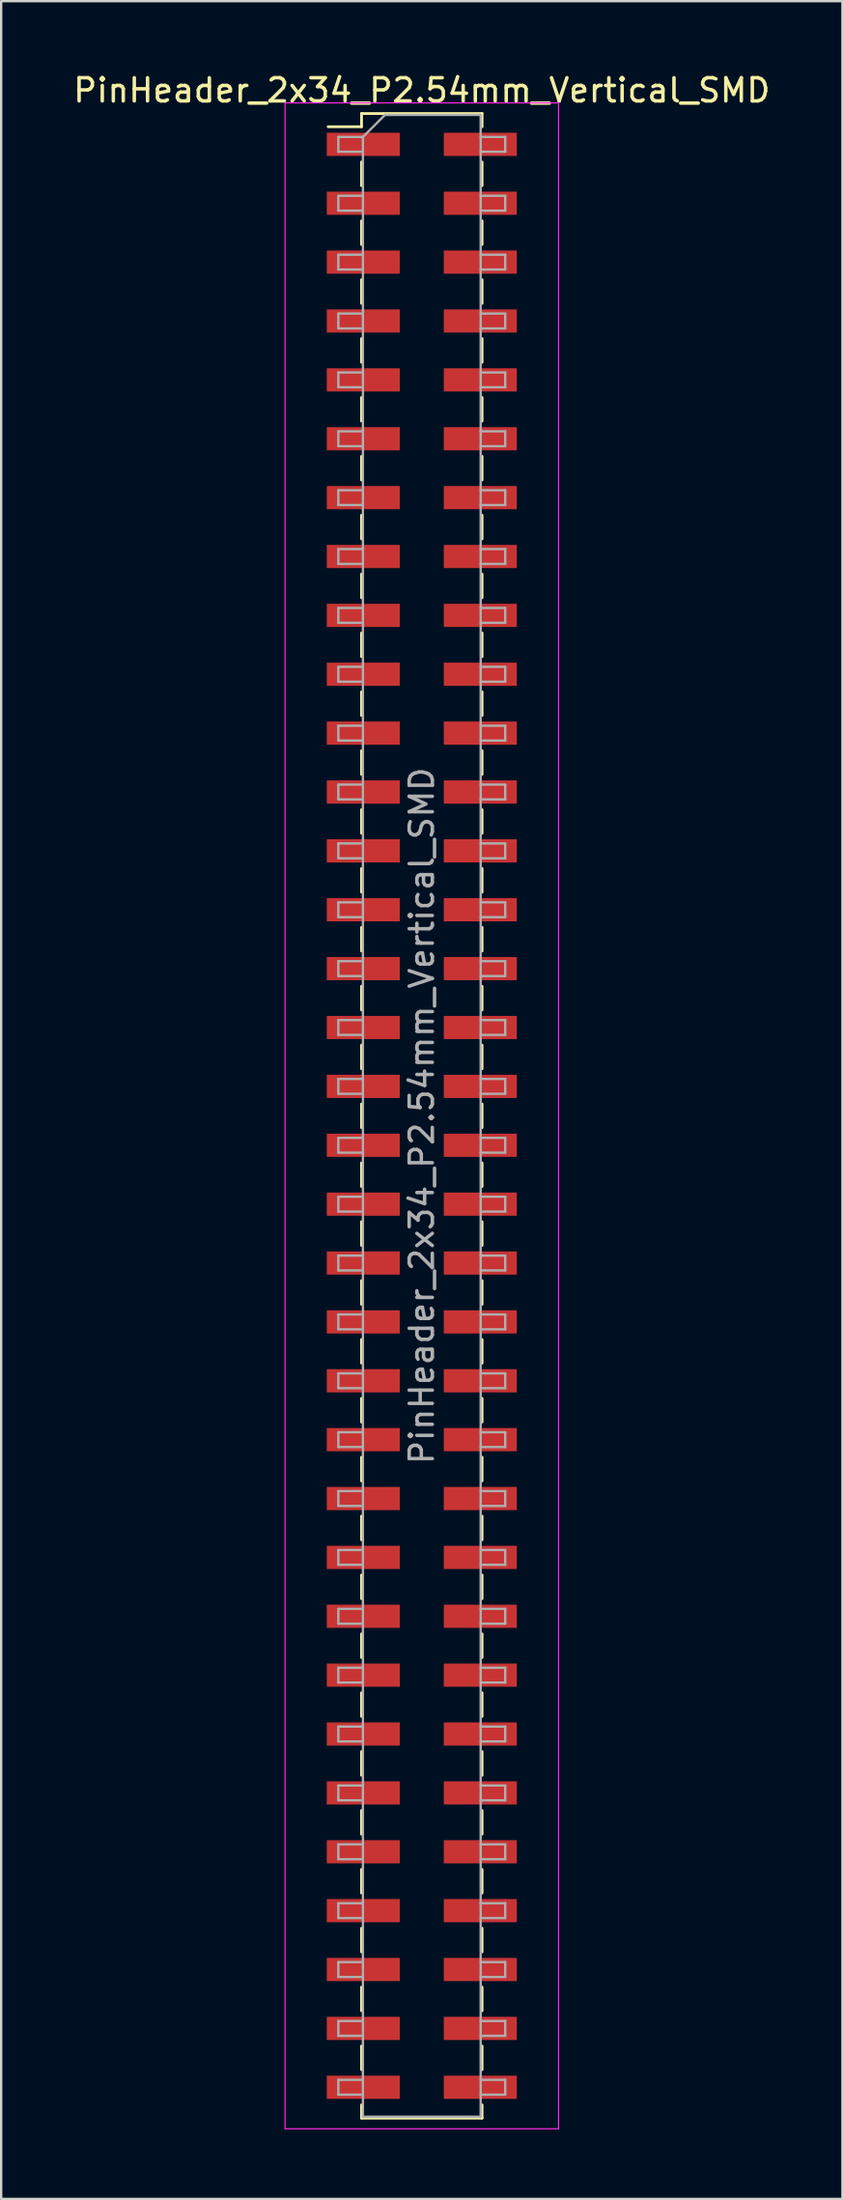
<source format=kicad_pcb>
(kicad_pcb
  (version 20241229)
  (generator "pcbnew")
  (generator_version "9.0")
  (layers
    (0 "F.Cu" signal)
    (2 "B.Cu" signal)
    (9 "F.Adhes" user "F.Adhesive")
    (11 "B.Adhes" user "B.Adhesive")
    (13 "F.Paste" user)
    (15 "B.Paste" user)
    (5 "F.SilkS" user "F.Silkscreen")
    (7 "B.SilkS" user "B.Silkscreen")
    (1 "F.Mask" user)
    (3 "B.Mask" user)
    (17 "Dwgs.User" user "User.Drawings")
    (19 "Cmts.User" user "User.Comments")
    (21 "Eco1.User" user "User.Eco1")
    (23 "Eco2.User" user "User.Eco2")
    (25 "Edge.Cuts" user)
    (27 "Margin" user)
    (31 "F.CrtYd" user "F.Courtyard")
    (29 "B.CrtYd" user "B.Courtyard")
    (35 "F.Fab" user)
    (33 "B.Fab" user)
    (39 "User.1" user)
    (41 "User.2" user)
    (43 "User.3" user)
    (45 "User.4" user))
  (footprint "PinHeader_2x34_P2.54mm_Vertical_SMD"
    (layer "F.Cu")
    (at 15.149 45.088)
    (property "Reference" "PinHeader_2x34_P2.54mm_Vertical_SMD" (at 0 -44.24 0) (layer "F.SilkS") (effects (font (size 1 1) (thickness 0.15))))
    (attr smd)
    (fp_line (start -4.04 -42.67) (end -2.6 -42.67) (stroke (width 0.12) (type solid)) (layer "F.SilkS"))
    (fp_line (start -2.6 -43.24) (end -2.6 -42.67) (stroke (width 0.12) (type solid)) (layer "F.SilkS"))
    (fp_line (start -2.6 -43.24) (end 2.6 -43.24) (stroke (width 0.12) (type solid)) (layer "F.SilkS"))
    (fp_line (start -2.6 -41.15) (end -2.6 -40.13) (stroke (width 0.12) (type solid)) (layer "F.SilkS"))
    (fp_line (start -2.6 -38.61) (end -2.6 -37.59) (stroke (width 0.12) (type solid)) (layer "F.SilkS"))
    (fp_line (start -2.6 -36.07) (end -2.6 -35.05) (stroke (width 0.12) (type solid)) (layer "F.SilkS"))
    (fp_line (start -2.6 -33.53) (end -2.6 -32.51) (stroke (width 0.12) (type solid)) (layer "F.SilkS"))
    (fp_line (start -2.6 -30.99) (end -2.6 -29.97) (stroke (width 0.12) (type solid)) (layer "F.SilkS"))
    (fp_line (start -2.6 -28.45) (end -2.6 -27.43) (stroke (width 0.12) (type solid)) (layer "F.SilkS"))
    (fp_line (start -2.6 -25.91) (end -2.6 -24.89) (stroke (width 0.12) (type solid)) (layer "F.SilkS"))
    (fp_line (start -2.6 -23.37) (end -2.6 -22.35) (stroke (width 0.12) (type solid)) (layer "F.SilkS"))
    (fp_line (start -2.6 -20.83) (end -2.6 -19.81) (stroke (width 0.12) (type solid)) (layer "F.SilkS"))
    (fp_line (start -2.6 -18.29) (end -2.6 -17.27) (stroke (width 0.12) (type solid)) (layer "F.SilkS"))
    (fp_line (start -2.6 -15.75) (end -2.6 -14.73) (stroke (width 0.12) (type solid)) (layer "F.SilkS"))
    (fp_line (start -2.6 -13.21) (end -2.6 -12.19) (stroke (width 0.12) (type solid)) (layer "F.SilkS"))
    (fp_line (start -2.6 -10.67) (end -2.6 -9.65) (stroke (width 0.12) (type solid)) (layer "F.SilkS"))
    (fp_line (start -2.6 -8.13) (end -2.6 -7.11) (stroke (width 0.12) (type solid)) (layer "F.SilkS"))
    (fp_line (start -2.6 -5.59) (end -2.6 -4.57) (stroke (width 0.12) (type solid)) (layer "F.SilkS"))
    (fp_line (start -2.6 -3.05) (end -2.6 -2.03) (stroke (width 0.12) (type solid)) (layer "F.SilkS"))
    (fp_line (start -2.6 -0.51) (end -2.6 0.51) (stroke (width 0.12) (type solid)) (layer "F.SilkS"))
    (fp_line (start -2.6 2.03) (end -2.6 3.05) (stroke (width 0.12) (type solid)) (layer "F.SilkS"))
    (fp_line (start -2.6 4.57) (end -2.6 5.59) (stroke (width 0.12) (type solid)) (layer "F.SilkS"))
    (fp_line (start -2.6 7.11) (end -2.6 8.13) (stroke (width 0.12) (type solid)) (layer "F.SilkS"))
    (fp_line (start -2.6 9.65) (end -2.6 10.67) (stroke (width 0.12) (type solid)) (layer "F.SilkS"))
    (fp_line (start -2.6 12.19) (end -2.6 13.21) (stroke (width 0.12) (type solid)) (layer "F.SilkS"))
    (fp_line (start -2.6 14.73) (end -2.6 15.75) (stroke (width 0.12) (type solid)) (layer "F.SilkS"))
    (fp_line (start -2.6 17.27) (end -2.6 18.29) (stroke (width 0.12) (type solid)) (layer "F.SilkS"))
    (fp_line (start -2.6 19.81) (end -2.6 20.83) (stroke (width 0.12) (type solid)) (layer "F.SilkS"))
    (fp_line (start -2.6 22.35) (end -2.6 23.37) (stroke (width 0.12) (type solid)) (layer "F.SilkS"))
    (fp_line (start -2.6 24.89) (end -2.6 25.91) (stroke (width 0.12) (type solid)) (layer "F.SilkS"))
    (fp_line (start -2.6 27.43) (end -2.6 28.45) (stroke (width 0.12) (type solid)) (layer "F.SilkS"))
    (fp_line (start -2.6 29.97) (end -2.6 30.99) (stroke (width 0.12) (type solid)) (layer "F.SilkS"))
    (fp_line (start -2.6 32.51) (end -2.6 33.53) (stroke (width 0.12) (type solid)) (layer "F.SilkS"))
    (fp_line (start -2.6 35.05) (end -2.6 36.07) (stroke (width 0.12) (type solid)) (layer "F.SilkS"))
    (fp_line (start -2.6 37.59) (end -2.6 38.61) (stroke (width 0.12) (type solid)) (layer "F.SilkS"))
    (fp_line (start -2.6 40.13) (end -2.6 41.15) (stroke (width 0.12) (type solid)) (layer "F.SilkS"))
    (fp_line (start -2.6 42.67) (end -2.6 43.24) (stroke (width 0.12) (type solid)) (layer "F.SilkS"))
    (fp_line (start -2.6 43.24) (end 2.6 43.24) (stroke (width 0.12) (type solid)) (layer "F.SilkS"))
    (fp_line (start 2.6 -43.24) (end 2.6 -42.67) (stroke (width 0.12) (type solid)) (layer "F.SilkS"))
    (fp_line (start 2.6 -41.15) (end 2.6 -40.13) (stroke (width 0.12) (type solid)) (layer "F.SilkS"))
    (fp_line (start 2.6 -38.61) (end 2.6 -37.59) (stroke (width 0.12) (type solid)) (layer "F.SilkS"))
    (fp_line (start 2.6 -36.07) (end 2.6 -35.05) (stroke (width 0.12) (type solid)) (layer "F.SilkS"))
    (fp_line (start 2.6 -33.53) (end 2.6 -32.51) (stroke (width 0.12) (type solid)) (layer "F.SilkS"))
    (fp_line (start 2.6 -30.99) (end 2.6 -29.97) (stroke (width 0.12) (type solid)) (layer "F.SilkS"))
    (fp_line (start 2.6 -28.45) (end 2.6 -27.43) (stroke (width 0.12) (type solid)) (layer "F.SilkS"))
    (fp_line (start 2.6 -25.91) (end 2.6 -24.89) (stroke (width 0.12) (type solid)) (layer "F.SilkS"))
    (fp_line (start 2.6 -23.37) (end 2.6 -22.35) (stroke (width 0.12) (type solid)) (layer "F.SilkS"))
    (fp_line (start 2.6 -20.83) (end 2.6 -19.81) (stroke (width 0.12) (type solid)) (layer "F.SilkS"))
    (fp_line (start 2.6 -18.29) (end 2.6 -17.27) (stroke (width 0.12) (type solid)) (layer "F.SilkS"))
    (fp_line (start 2.6 -15.75) (end 2.6 -14.73) (stroke (width 0.12) (type solid)) (layer "F.SilkS"))
    (fp_line (start 2.6 -13.21) (end 2.6 -12.19) (stroke (width 0.12) (type solid)) (layer "F.SilkS"))
    (fp_line (start 2.6 -10.67) (end 2.6 -9.65) (stroke (width 0.12) (type solid)) (layer "F.SilkS"))
    (fp_line (start 2.6 -8.13) (end 2.6 -7.11) (stroke (width 0.12) (type solid)) (layer "F.SilkS"))
    (fp_line (start 2.6 -5.59) (end 2.6 -4.57) (stroke (width 0.12) (type solid)) (layer "F.SilkS"))
    (fp_line (start 2.6 -3.05) (end 2.6 -2.03) (stroke (width 0.12) (type solid)) (layer "F.SilkS"))
    (fp_line (start 2.6 -0.51) (end 2.6 0.51) (stroke (width 0.12) (type solid)) (layer "F.SilkS"))
    (fp_line (start 2.6 2.03) (end 2.6 3.05) (stroke (width 0.12) (type solid)) (layer "F.SilkS"))
    (fp_line (start 2.6 4.57) (end 2.6 5.59) (stroke (width 0.12) (type solid)) (layer "F.SilkS"))
    (fp_line (start 2.6 7.11) (end 2.6 8.13) (stroke (width 0.12) (type solid)) (layer "F.SilkS"))
    (fp_line (start 2.6 9.65) (end 2.6 10.67) (stroke (width 0.12) (type solid)) (layer "F.SilkS"))
    (fp_line (start 2.6 12.19) (end 2.6 13.21) (stroke (width 0.12) (type solid)) (layer "F.SilkS"))
    (fp_line (start 2.6 14.73) (end 2.6 15.75) (stroke (width 0.12) (type solid)) (layer "F.SilkS"))
    (fp_line (start 2.6 17.27) (end 2.6 18.29) (stroke (width 0.12) (type solid)) (layer "F.SilkS"))
    (fp_line (start 2.6 19.81) (end 2.6 20.83) (stroke (width 0.12) (type solid)) (layer "F.SilkS"))
    (fp_line (start 2.6 22.35) (end 2.6 23.37) (stroke (width 0.12) (type solid)) (layer "F.SilkS"))
    (fp_line (start 2.6 24.89) (end 2.6 25.91) (stroke (width 0.12) (type solid)) (layer "F.SilkS"))
    (fp_line (start 2.6 27.43) (end 2.6 28.45) (stroke (width 0.12) (type solid)) (layer "F.SilkS"))
    (fp_line (start 2.6 29.97) (end 2.6 30.99) (stroke (width 0.12) (type solid)) (layer "F.SilkS"))
    (fp_line (start 2.6 32.51) (end 2.6 33.53) (stroke (width 0.12) (type solid)) (layer "F.SilkS"))
    (fp_line (start 2.6 35.05) (end 2.6 36.07) (stroke (width 0.12) (type solid)) (layer "F.SilkS"))
    (fp_line (start 2.6 37.59) (end 2.6 38.61) (stroke (width 0.12) (type solid)) (layer "F.SilkS"))
    (fp_line (start 2.6 40.13) (end 2.6 41.15) (stroke (width 0.12) (type solid)) (layer "F.SilkS"))
    (fp_line (start 2.6 42.67) (end 2.6 43.24) (stroke (width 0.12) (type solid)) (layer "F.SilkS"))
    (fp_line (start -5.9 -43.7) (end -5.9 43.7) (stroke (width 0.05) (type solid)) (layer "F.CrtYd"))
    (fp_line (start -5.9 43.7) (end 5.9 43.7) (stroke (width 0.05) (type solid)) (layer "F.CrtYd"))
    (fp_line (start 5.9 -43.7) (end -5.9 -43.7) (stroke (width 0.05) (type solid)) (layer "F.CrtYd"))
    (fp_line (start 5.9 43.7) (end 5.9 -43.7) (stroke (width 0.05) (type solid)) (layer "F.CrtYd"))
    (fp_line (start -3.6 -42.23) (end -3.6 -41.59) (stroke (width 0.1) (type solid)) (layer "F.Fab"))
    (fp_line (start -3.6 -41.59) (end -2.54 -41.59) (stroke (width 0.1) (type solid)) (layer "F.Fab"))
    (fp_line (start -3.6 -39.69) (end -3.6 -39.05) (stroke (width 0.1) (type solid)) (layer "F.Fab"))
    (fp_line (start -3.6 -39.05) (end -2.54 -39.05) (stroke (width 0.1) (type solid)) (layer "F.Fab"))
    (fp_line (start -3.6 -37.15) (end -3.6 -36.51) (stroke (width 0.1) (type solid)) (layer "F.Fab"))
    (fp_line (start -3.6 -36.51) (end -2.54 -36.51) (stroke (width 0.1) (type solid)) (layer "F.Fab"))
    (fp_line (start -3.6 -34.61) (end -3.6 -33.97) (stroke (width 0.1) (type solid)) (layer "F.Fab"))
    (fp_line (start -3.6 -33.97) (end -2.54 -33.97) (stroke (width 0.1) (type solid)) (layer "F.Fab"))
    (fp_line (start -3.6 -32.07) (end -3.6 -31.43) (stroke (width 0.1) (type solid)) (layer "F.Fab"))
    (fp_line (start -3.6 -31.43) (end -2.54 -31.43) (stroke (width 0.1) (type solid)) (layer "F.Fab"))
    (fp_line (start -3.6 -29.53) (end -3.6 -28.89) (stroke (width 0.1) (type solid)) (layer "F.Fab"))
    (fp_line (start -3.6 -28.89) (end -2.54 -28.89) (stroke (width 0.1) (type solid)) (layer "F.Fab"))
    (fp_line (start -3.6 -26.99) (end -3.6 -26.35) (stroke (width 0.1) (type solid)) (layer "F.Fab"))
    (fp_line (start -3.6 -26.35) (end -2.54 -26.35) (stroke (width 0.1) (type solid)) (layer "F.Fab"))
    (fp_line (start -3.6 -24.45) (end -3.6 -23.81) (stroke (width 0.1) (type solid)) (layer "F.Fab"))
    (fp_line (start -3.6 -23.81) (end -2.54 -23.81) (stroke (width 0.1) (type solid)) (layer "F.Fab"))
    (fp_line (start -3.6 -21.91) (end -3.6 -21.27) (stroke (width 0.1) (type solid)) (layer "F.Fab"))
    (fp_line (start -3.6 -21.27) (end -2.54 -21.27) (stroke (width 0.1) (type solid)) (layer "F.Fab"))
    (fp_line (start -3.6 -19.37) (end -3.6 -18.73) (stroke (width 0.1) (type solid)) (layer "F.Fab"))
    (fp_line (start -3.6 -18.73) (end -2.54 -18.73) (stroke (width 0.1) (type solid)) (layer "F.Fab"))
    (fp_line (start -3.6 -16.83) (end -3.6 -16.19) (stroke (width 0.1) (type solid)) (layer "F.Fab"))
    (fp_line (start -3.6 -16.19) (end -2.54 -16.19) (stroke (width 0.1) (type solid)) (layer "F.Fab"))
    (fp_line (start -3.6 -14.29) (end -3.6 -13.65) (stroke (width 0.1) (type solid)) (layer "F.Fab"))
    (fp_line (start -3.6 -13.65) (end -2.54 -13.65) (stroke (width 0.1) (type solid)) (layer "F.Fab"))
    (fp_line (start -3.6 -11.75) (end -3.6 -11.11) (stroke (width 0.1) (type solid)) (layer "F.Fab"))
    (fp_line (start -3.6 -11.11) (end -2.54 -11.11) (stroke (width 0.1) (type solid)) (layer "F.Fab"))
    (fp_line (start -3.6 -9.21) (end -3.6 -8.57) (stroke (width 0.1) (type solid)) (layer "F.Fab"))
    (fp_line (start -3.6 -8.57) (end -2.54 -8.57) (stroke (width 0.1) (type solid)) (layer "F.Fab"))
    (fp_line (start -3.6 -6.67) (end -3.6 -6.03) (stroke (width 0.1) (type solid)) (layer "F.Fab"))
    (fp_line (start -3.6 -6.03) (end -2.54 -6.03) (stroke (width 0.1) (type solid)) (layer "F.Fab"))
    (fp_line (start -3.6 -4.13) (end -3.6 -3.49) (stroke (width 0.1) (type solid)) (layer "F.Fab"))
    (fp_line (start -3.6 -3.49) (end -2.54 -3.49) (stroke (width 0.1) (type solid)) (layer "F.Fab"))
    (fp_line (start -3.6 -1.59) (end -3.6 -0.95) (stroke (width 0.1) (type solid)) (layer "F.Fab"))
    (fp_line (start -3.6 -0.95) (end -2.54 -0.95) (stroke (width 0.1) (type solid)) (layer "F.Fab"))
    (fp_line (start -3.6 0.95) (end -3.6 1.59) (stroke (width 0.1) (type solid)) (layer "F.Fab"))
    (fp_line (start -3.6 1.59) (end -2.54 1.59) (stroke (width 0.1) (type solid)) (layer "F.Fab"))
    (fp_line (start -3.6 3.49) (end -3.6 4.13) (stroke (width 0.1) (type solid)) (layer "F.Fab"))
    (fp_line (start -3.6 4.13) (end -2.54 4.13) (stroke (width 0.1) (type solid)) (layer "F.Fab"))
    (fp_line (start -3.6 6.03) (end -3.6 6.67) (stroke (width 0.1) (type solid)) (layer "F.Fab"))
    (fp_line (start -3.6 6.67) (end -2.54 6.67) (stroke (width 0.1) (type solid)) (layer "F.Fab"))
    (fp_line (start -3.6 8.57) (end -3.6 9.21) (stroke (width 0.1) (type solid)) (layer "F.Fab"))
    (fp_line (start -3.6 9.21) (end -2.54 9.21) (stroke (width 0.1) (type solid)) (layer "F.Fab"))
    (fp_line (start -3.6 11.11) (end -3.6 11.75) (stroke (width 0.1) (type solid)) (layer "F.Fab"))
    (fp_line (start -3.6 11.75) (end -2.54 11.75) (stroke (width 0.1) (type solid)) (layer "F.Fab"))
    (fp_line (start -3.6 13.65) (end -3.6 14.29) (stroke (width 0.1) (type solid)) (layer "F.Fab"))
    (fp_line (start -3.6 14.29) (end -2.54 14.29) (stroke (width 0.1) (type solid)) (layer "F.Fab"))
    (fp_line (start -3.6 16.19) (end -3.6 16.83) (stroke (width 0.1) (type solid)) (layer "F.Fab"))
    (fp_line (start -3.6 16.83) (end -2.54 16.83) (stroke (width 0.1) (type solid)) (layer "F.Fab"))
    (fp_line (start -3.6 18.73) (end -3.6 19.37) (stroke (width 0.1) (type solid)) (layer "F.Fab"))
    (fp_line (start -3.6 19.37) (end -2.54 19.37) (stroke (width 0.1) (type solid)) (layer "F.Fab"))
    (fp_line (start -3.6 21.27) (end -3.6 21.91) (stroke (width 0.1) (type solid)) (layer "F.Fab"))
    (fp_line (start -3.6 21.91) (end -2.54 21.91) (stroke (width 0.1) (type solid)) (layer "F.Fab"))
    (fp_line (start -3.6 23.81) (end -3.6 24.45) (stroke (width 0.1) (type solid)) (layer "F.Fab"))
    (fp_line (start -3.6 24.45) (end -2.54 24.45) (stroke (width 0.1) (type solid)) (layer "F.Fab"))
    (fp_line (start -3.6 26.35) (end -3.6 26.99) (stroke (width 0.1) (type solid)) (layer "F.Fab"))
    (fp_line (start -3.6 26.99) (end -2.54 26.99) (stroke (width 0.1) (type solid)) (layer "F.Fab"))
    (fp_line (start -3.6 28.89) (end -3.6 29.53) (stroke (width 0.1) (type solid)) (layer "F.Fab"))
    (fp_line (start -3.6 29.53) (end -2.54 29.53) (stroke (width 0.1) (type solid)) (layer "F.Fab"))
    (fp_line (start -3.6 31.43) (end -3.6 32.07) (stroke (width 0.1) (type solid)) (layer "F.Fab"))
    (fp_line (start -3.6 32.07) (end -2.54 32.07) (stroke (width 0.1) (type solid)) (layer "F.Fab"))
    (fp_line (start -3.6 33.97) (end -3.6 34.61) (stroke (width 0.1) (type solid)) (layer "F.Fab"))
    (fp_line (start -3.6 34.61) (end -2.54 34.61) (stroke (width 0.1) (type solid)) (layer "F.Fab"))
    (fp_line (start -3.6 36.51) (end -3.6 37.15) (stroke (width 0.1) (type solid)) (layer "F.Fab"))
    (fp_line (start -3.6 37.15) (end -2.54 37.15) (stroke (width 0.1) (type solid)) (layer "F.Fab"))
    (fp_line (start -3.6 39.05) (end -3.6 39.69) (stroke (width 0.1) (type solid)) (layer "F.Fab"))
    (fp_line (start -3.6 39.69) (end -2.54 39.69) (stroke (width 0.1) (type solid)) (layer "F.Fab"))
    (fp_line (start -3.6 41.59) (end -3.6 42.23) (stroke (width 0.1) (type solid)) (layer "F.Fab"))
    (fp_line (start -3.6 42.23) (end -2.54 42.23) (stroke (width 0.1) (type solid)) (layer "F.Fab"))
    (fp_line (start -2.54 -42.23) (end -3.6 -42.23) (stroke (width 0.1) (type solid)) (layer "F.Fab"))
    (fp_line (start -2.54 -42.23) (end -1.59 -43.18) (stroke (width 0.1) (type solid)) (layer "F.Fab"))
    (fp_line (start -2.54 -39.69) (end -3.6 -39.69) (stroke (width 0.1) (type solid)) (layer "F.Fab"))
    (fp_line (start -2.54 -37.15) (end -3.6 -37.15) (stroke (width 0.1) (type solid)) (layer "F.Fab"))
    (fp_line (start -2.54 -34.61) (end -3.6 -34.61) (stroke (width 0.1) (type solid)) (layer "F.Fab"))
    (fp_line (start -2.54 -32.07) (end -3.6 -32.07) (stroke (width 0.1) (type solid)) (layer "F.Fab"))
    (fp_line (start -2.54 -29.53) (end -3.6 -29.53) (stroke (width 0.1) (type solid)) (layer "F.Fab"))
    (fp_line (start -2.54 -26.99) (end -3.6 -26.99) (stroke (width 0.1) (type solid)) (layer "F.Fab"))
    (fp_line (start -2.54 -24.45) (end -3.6 -24.45) (stroke (width 0.1) (type solid)) (layer "F.Fab"))
    (fp_line (start -2.54 -21.91) (end -3.6 -21.91) (stroke (width 0.1) (type solid)) (layer "F.Fab"))
    (fp_line (start -2.54 -19.37) (end -3.6 -19.37) (stroke (width 0.1) (type solid)) (layer "F.Fab"))
    (fp_line (start -2.54 -16.83) (end -3.6 -16.83) (stroke (width 0.1) (type solid)) (layer "F.Fab"))
    (fp_line (start -2.54 -14.29) (end -3.6 -14.29) (stroke (width 0.1) (type solid)) (layer "F.Fab"))
    (fp_line (start -2.54 -11.75) (end -3.6 -11.75) (stroke (width 0.1) (type solid)) (layer "F.Fab"))
    (fp_line (start -2.54 -9.21) (end -3.6 -9.21) (stroke (width 0.1) (type solid)) (layer "F.Fab"))
    (fp_line (start -2.54 -6.67) (end -3.6 -6.67) (stroke (width 0.1) (type solid)) (layer "F.Fab"))
    (fp_line (start -2.54 -4.13) (end -3.6 -4.13) (stroke (width 0.1) (type solid)) (layer "F.Fab"))
    (fp_line (start -2.54 -1.59) (end -3.6 -1.59) (stroke (width 0.1) (type solid)) (layer "F.Fab"))
    (fp_line (start -2.54 0.95) (end -3.6 0.95) (stroke (width 0.1) (type solid)) (layer "F.Fab"))
    (fp_line (start -2.54 3.49) (end -3.6 3.49) (stroke (width 0.1) (type solid)) (layer "F.Fab"))
    (fp_line (start -2.54 6.03) (end -3.6 6.03) (stroke (width 0.1) (type solid)) (layer "F.Fab"))
    (fp_line (start -2.54 8.57) (end -3.6 8.57) (stroke (width 0.1) (type solid)) (layer "F.Fab"))
    (fp_line (start -2.54 11.11) (end -3.6 11.11) (stroke (width 0.1) (type solid)) (layer "F.Fab"))
    (fp_line (start -2.54 13.65) (end -3.6 13.65) (stroke (width 0.1) (type solid)) (layer "F.Fab"))
    (fp_line (start -2.54 16.19) (end -3.6 16.19) (stroke (width 0.1) (type solid)) (layer "F.Fab"))
    (fp_line (start -2.54 18.73) (end -3.6 18.73) (stroke (width 0.1) (type solid)) (layer "F.Fab"))
    (fp_line (start -2.54 21.27) (end -3.6 21.27) (stroke (width 0.1) (type solid)) (layer "F.Fab"))
    (fp_line (start -2.54 23.81) (end -3.6 23.81) (stroke (width 0.1) (type solid)) (layer "F.Fab"))
    (fp_line (start -2.54 26.35) (end -3.6 26.35) (stroke (width 0.1) (type solid)) (layer "F.Fab"))
    (fp_line (start -2.54 28.89) (end -3.6 28.89) (stroke (width 0.1) (type solid)) (layer "F.Fab"))
    (fp_line (start -2.54 31.43) (end -3.6 31.43) (stroke (width 0.1) (type solid)) (layer "F.Fab"))
    (fp_line (start -2.54 33.97) (end -3.6 33.97) (stroke (width 0.1) (type solid)) (layer "F.Fab"))
    (fp_line (start -2.54 36.51) (end -3.6 36.51) (stroke (width 0.1) (type solid)) (layer "F.Fab"))
    (fp_line (start -2.54 39.05) (end -3.6 39.05) (stroke (width 0.1) (type solid)) (layer "F.Fab"))
    (fp_line (start -2.54 41.59) (end -3.6 41.59) (stroke (width 0.1) (type solid)) (layer "F.Fab"))
    (fp_line (start -2.54 43.18) (end -2.54 -42.23) (stroke (width 0.1) (type solid)) (layer "F.Fab"))
    (fp_line (start -1.59 -43.18) (end 2.54 -43.18) (stroke (width 0.1) (type solid)) (layer "F.Fab"))
    (fp_line (start 2.54 -43.18) (end 2.54 43.18) (stroke (width 0.1) (type solid)) (layer "F.Fab"))
    (fp_line (start 2.54 -42.23) (end 3.6 -42.23) (stroke (width 0.1) (type solid)) (layer "F.Fab"))
    (fp_line (start 2.54 -39.69) (end 3.6 -39.69) (stroke (width 0.1) (type solid)) (layer "F.Fab"))
    (fp_line (start 2.54 -37.15) (end 3.6 -37.15) (stroke (width 0.1) (type solid)) (layer "F.Fab"))
    (fp_line (start 2.54 -34.61) (end 3.6 -34.61) (stroke (width 0.1) (type solid)) (layer "F.Fab"))
    (fp_line (start 2.54 -32.07) (end 3.6 -32.07) (stroke (width 0.1) (type solid)) (layer "F.Fab"))
    (fp_line (start 2.54 -29.53) (end 3.6 -29.53) (stroke (width 0.1) (type solid)) (layer "F.Fab"))
    (fp_line (start 2.54 -26.99) (end 3.6 -26.99) (stroke (width 0.1) (type solid)) (layer "F.Fab"))
    (fp_line (start 2.54 -24.45) (end 3.6 -24.45) (stroke (width 0.1) (type solid)) (layer "F.Fab"))
    (fp_line (start 2.54 -21.91) (end 3.6 -21.91) (stroke (width 0.1) (type solid)) (layer "F.Fab"))
    (fp_line (start 2.54 -19.37) (end 3.6 -19.37) (stroke (width 0.1) (type solid)) (layer "F.Fab"))
    (fp_line (start 2.54 -16.83) (end 3.6 -16.83) (stroke (width 0.1) (type solid)) (layer "F.Fab"))
    (fp_line (start 2.54 -14.29) (end 3.6 -14.29) (stroke (width 0.1) (type solid)) (layer "F.Fab"))
    (fp_line (start 2.54 -11.75) (end 3.6 -11.75) (stroke (width 0.1) (type solid)) (layer "F.Fab"))
    (fp_line (start 2.54 -9.21) (end 3.6 -9.21) (stroke (width 0.1) (type solid)) (layer "F.Fab"))
    (fp_line (start 2.54 -6.67) (end 3.6 -6.67) (stroke (width 0.1) (type solid)) (layer "F.Fab"))
    (fp_line (start 2.54 -4.13) (end 3.6 -4.13) (stroke (width 0.1) (type solid)) (layer "F.Fab"))
    (fp_line (start 2.54 -1.59) (end 3.6 -1.59) (stroke (width 0.1) (type solid)) (layer "F.Fab"))
    (fp_line (start 2.54 0.95) (end 3.6 0.95) (stroke (width 0.1) (type solid)) (layer "F.Fab"))
    (fp_line (start 2.54 3.49) (end 3.6 3.49) (stroke (width 0.1) (type solid)) (layer "F.Fab"))
    (fp_line (start 2.54 6.03) (end 3.6 6.03) (stroke (width 0.1) (type solid)) (layer "F.Fab"))
    (fp_line (start 2.54 8.57) (end 3.6 8.57) (stroke (width 0.1) (type solid)) (layer "F.Fab"))
    (fp_line (start 2.54 11.11) (end 3.6 11.11) (stroke (width 0.1) (type solid)) (layer "F.Fab"))
    (fp_line (start 2.54 13.65) (end 3.6 13.65) (stroke (width 0.1) (type solid)) (layer "F.Fab"))
    (fp_line (start 2.54 16.19) (end 3.6 16.19) (stroke (width 0.1) (type solid)) (layer "F.Fab"))
    (fp_line (start 2.54 18.73) (end 3.6 18.73) (stroke (width 0.1) (type solid)) (layer "F.Fab"))
    (fp_line (start 2.54 21.27) (end 3.6 21.27) (stroke (width 0.1) (type solid)) (layer "F.Fab"))
    (fp_line (start 2.54 23.81) (end 3.6 23.81) (stroke (width 0.1) (type solid)) (layer "F.Fab"))
    (fp_line (start 2.54 26.35) (end 3.6 26.35) (stroke (width 0.1) (type solid)) (layer "F.Fab"))
    (fp_line (start 2.54 28.89) (end 3.6 28.89) (stroke (width 0.1) (type solid)) (layer "F.Fab"))
    (fp_line (start 2.54 31.43) (end 3.6 31.43) (stroke (width 0.1) (type solid)) (layer "F.Fab"))
    (fp_line (start 2.54 33.97) (end 3.6 33.97) (stroke (width 0.1) (type solid)) (layer "F.Fab"))
    (fp_line (start 2.54 36.51) (end 3.6 36.51) (stroke (width 0.1) (type solid)) (layer "F.Fab"))
    (fp_line (start 2.54 39.05) (end 3.6 39.05) (stroke (width 0.1) (type solid)) (layer "F.Fab"))
    (fp_line (start 2.54 41.59) (end 3.6 41.59) (stroke (width 0.1) (type solid)) (layer "F.Fab"))
    (fp_line (start 2.54 43.18) (end -2.54 43.18) (stroke (width 0.1) (type solid)) (layer "F.Fab"))
    (fp_line (start 3.6 -42.23) (end 3.6 -41.59) (stroke (width 0.1) (type solid)) (layer "F.Fab"))
    (fp_line (start 3.6 -41.59) (end 2.54 -41.59) (stroke (width 0.1) (type solid)) (layer "F.Fab"))
    (fp_line (start 3.6 -39.69) (end 3.6 -39.05) (stroke (width 0.1) (type solid)) (layer "F.Fab"))
    (fp_line (start 3.6 -39.05) (end 2.54 -39.05) (stroke (width 0.1) (type solid)) (layer "F.Fab"))
    (fp_line (start 3.6 -37.15) (end 3.6 -36.51) (stroke (width 0.1) (type solid)) (layer "F.Fab"))
    (fp_line (start 3.6 -36.51) (end 2.54 -36.51) (stroke (width 0.1) (type solid)) (layer "F.Fab"))
    (fp_line (start 3.6 -34.61) (end 3.6 -33.97) (stroke (width 0.1) (type solid)) (layer "F.Fab"))
    (fp_line (start 3.6 -33.97) (end 2.54 -33.97) (stroke (width 0.1) (type solid)) (layer "F.Fab"))
    (fp_line (start 3.6 -32.07) (end 3.6 -31.43) (stroke (width 0.1) (type solid)) (layer "F.Fab"))
    (fp_line (start 3.6 -31.43) (end 2.54 -31.43) (stroke (width 0.1) (type solid)) (layer "F.Fab"))
    (fp_line (start 3.6 -29.53) (end 3.6 -28.89) (stroke (width 0.1) (type solid)) (layer "F.Fab"))
    (fp_line (start 3.6 -28.89) (end 2.54 -28.89) (stroke (width 0.1) (type solid)) (layer "F.Fab"))
    (fp_line (start 3.6 -26.99) (end 3.6 -26.35) (stroke (width 0.1) (type solid)) (layer "F.Fab"))
    (fp_line (start 3.6 -26.35) (end 2.54 -26.35) (stroke (width 0.1) (type solid)) (layer "F.Fab"))
    (fp_line (start 3.6 -24.45) (end 3.6 -23.81) (stroke (width 0.1) (type solid)) (layer "F.Fab"))
    (fp_line (start 3.6 -23.81) (end 2.54 -23.81) (stroke (width 0.1) (type solid)) (layer "F.Fab"))
    (fp_line (start 3.6 -21.91) (end 3.6 -21.27) (stroke (width 0.1) (type solid)) (layer "F.Fab"))
    (fp_line (start 3.6 -21.27) (end 2.54 -21.27) (stroke (width 0.1) (type solid)) (layer "F.Fab"))
    (fp_line (start 3.6 -19.37) (end 3.6 -18.73) (stroke (width 0.1) (type solid)) (layer "F.Fab"))
    (fp_line (start 3.6 -18.73) (end 2.54 -18.73) (stroke (width 0.1) (type solid)) (layer "F.Fab"))
    (fp_line (start 3.6 -16.83) (end 3.6 -16.19) (stroke (width 0.1) (type solid)) (layer "F.Fab"))
    (fp_line (start 3.6 -16.19) (end 2.54 -16.19) (stroke (width 0.1) (type solid)) (layer "F.Fab"))
    (fp_line (start 3.6 -14.29) (end 3.6 -13.65) (stroke (width 0.1) (type solid)) (layer "F.Fab"))
    (fp_line (start 3.6 -13.65) (end 2.54 -13.65) (stroke (width 0.1) (type solid)) (layer "F.Fab"))
    (fp_line (start 3.6 -11.75) (end 3.6 -11.11) (stroke (width 0.1) (type solid)) (layer "F.Fab"))
    (fp_line (start 3.6 -11.11) (end 2.54 -11.11) (stroke (width 0.1) (type solid)) (layer "F.Fab"))
    (fp_line (start 3.6 -9.21) (end 3.6 -8.57) (stroke (width 0.1) (type solid)) (layer "F.Fab"))
    (fp_line (start 3.6 -8.57) (end 2.54 -8.57) (stroke (width 0.1) (type solid)) (layer "F.Fab"))
    (fp_line (start 3.6 -6.67) (end 3.6 -6.03) (stroke (width 0.1) (type solid)) (layer "F.Fab"))
    (fp_line (start 3.6 -6.03) (end 2.54 -6.03) (stroke (width 0.1) (type solid)) (layer "F.Fab"))
    (fp_line (start 3.6 -4.13) (end 3.6 -3.49) (stroke (width 0.1) (type solid)) (layer "F.Fab"))
    (fp_line (start 3.6 -3.49) (end 2.54 -3.49) (stroke (width 0.1) (type solid)) (layer "F.Fab"))
    (fp_line (start 3.6 -1.59) (end 3.6 -0.95) (stroke (width 0.1) (type solid)) (layer "F.Fab"))
    (fp_line (start 3.6 -0.95) (end 2.54 -0.95) (stroke (width 0.1) (type solid)) (layer "F.Fab"))
    (fp_line (start 3.6 0.95) (end 3.6 1.59) (stroke (width 0.1) (type solid)) (layer "F.Fab"))
    (fp_line (start 3.6 1.59) (end 2.54 1.59) (stroke (width 0.1) (type solid)) (layer "F.Fab"))
    (fp_line (start 3.6 3.49) (end 3.6 4.13) (stroke (width 0.1) (type solid)) (layer "F.Fab"))
    (fp_line (start 3.6 4.13) (end 2.54 4.13) (stroke (width 0.1) (type solid)) (layer "F.Fab"))
    (fp_line (start 3.6 6.03) (end 3.6 6.67) (stroke (width 0.1) (type solid)) (layer "F.Fab"))
    (fp_line (start 3.6 6.67) (end 2.54 6.67) (stroke (width 0.1) (type solid)) (layer "F.Fab"))
    (fp_line (start 3.6 8.57) (end 3.6 9.21) (stroke (width 0.1) (type solid)) (layer "F.Fab"))
    (fp_line (start 3.6 9.21) (end 2.54 9.21) (stroke (width 0.1) (type solid)) (layer "F.Fab"))
    (fp_line (start 3.6 11.11) (end 3.6 11.75) (stroke (width 0.1) (type solid)) (layer "F.Fab"))
    (fp_line (start 3.6 11.75) (end 2.54 11.75) (stroke (width 0.1) (type solid)) (layer "F.Fab"))
    (fp_line (start 3.6 13.65) (end 3.6 14.29) (stroke (width 0.1) (type solid)) (layer "F.Fab"))
    (fp_line (start 3.6 14.29) (end 2.54 14.29) (stroke (width 0.1) (type solid)) (layer "F.Fab"))
    (fp_line (start 3.6 16.19) (end 3.6 16.83) (stroke (width 0.1) (type solid)) (layer "F.Fab"))
    (fp_line (start 3.6 16.83) (end 2.54 16.83) (stroke (width 0.1) (type solid)) (layer "F.Fab"))
    (fp_line (start 3.6 18.73) (end 3.6 19.37) (stroke (width 0.1) (type solid)) (layer "F.Fab"))
    (fp_line (start 3.6 19.37) (end 2.54 19.37) (stroke (width 0.1) (type solid)) (layer "F.Fab"))
    (fp_line (start 3.6 21.27) (end 3.6 21.91) (stroke (width 0.1) (type solid)) (layer "F.Fab"))
    (fp_line (start 3.6 21.91) (end 2.54 21.91) (stroke (width 0.1) (type solid)) (layer "F.Fab"))
    (fp_line (start 3.6 23.81) (end 3.6 24.45) (stroke (width 0.1) (type solid)) (layer "F.Fab"))
    (fp_line (start 3.6 24.45) (end 2.54 24.45) (stroke (width 0.1) (type solid)) (layer "F.Fab"))
    (fp_line (start 3.6 26.35) (end 3.6 26.99) (stroke (width 0.1) (type solid)) (layer "F.Fab"))
    (fp_line (start 3.6 26.99) (end 2.54 26.99) (stroke (width 0.1) (type solid)) (layer "F.Fab"))
    (fp_line (start 3.6 28.89) (end 3.6 29.53) (stroke (width 0.1) (type solid)) (layer "F.Fab"))
    (fp_line (start 3.6 29.53) (end 2.54 29.53) (stroke (width 0.1) (type solid)) (layer "F.Fab"))
    (fp_line (start 3.6 31.43) (end 3.6 32.07) (stroke (width 0.1) (type solid)) (layer "F.Fab"))
    (fp_line (start 3.6 32.07) (end 2.54 32.07) (stroke (width 0.1) (type solid)) (layer "F.Fab"))
    (fp_line (start 3.6 33.97) (end 3.6 34.61) (stroke (width 0.1) (type solid)) (layer "F.Fab"))
    (fp_line (start 3.6 34.61) (end 2.54 34.61) (stroke (width 0.1) (type solid)) (layer "F.Fab"))
    (fp_line (start 3.6 36.51) (end 3.6 37.15) (stroke (width 0.1) (type solid)) (layer "F.Fab"))
    (fp_line (start 3.6 37.15) (end 2.54 37.15) (stroke (width 0.1) (type solid)) (layer "F.Fab"))
    (fp_line (start 3.6 39.05) (end 3.6 39.69) (stroke (width 0.1) (type solid)) (layer "F.Fab"))
    (fp_line (start 3.6 39.69) (end 2.54 39.69) (stroke (width 0.1) (type solid)) (layer "F.Fab"))
    (fp_line (start 3.6 41.59) (end 3.6 42.23) (stroke (width 0.1) (type solid)) (layer "F.Fab"))
    (fp_line (start 3.6 42.23) (end 2.54 42.23) (stroke (width 0.1) (type solid)) (layer "F.Fab"))
    (fp_text user "${REFERENCE}" (at 0 0 90) (layer "F.Fab") (effects (font (size 1 1) (thickness 0.15))))
    (pad "1" smd rect (at -2.525 -41.91) (size 3.15 1) (layers "F.Cu" "F.Mask" "F.Paste"))
    (pad "2" smd rect (at 2.525 -41.91) (size 3.15 1) (layers "F.Cu" "F.Mask" "F.Paste"))
    (pad "3" smd rect (at -2.525 -39.37) (size 3.15 1) (layers "F.Cu" "F.Mask" "F.Paste"))
    (pad "4" smd rect (at 2.525 -39.37) (size 3.15 1) (layers "F.Cu" "F.Mask" "F.Paste"))
    (pad "5" smd rect (at -2.525 -36.83) (size 3.15 1) (layers "F.Cu" "F.Mask" "F.Paste"))
    (pad "6" smd rect (at 2.525 -36.83) (size 3.15 1) (layers "F.Cu" "F.Mask" "F.Paste"))
    (pad "7" smd rect (at -2.525 -34.29) (size 3.15 1) (layers "F.Cu" "F.Mask" "F.Paste"))
    (pad "8" smd rect (at 2.525 -34.29) (size 3.15 1) (layers "F.Cu" "F.Mask" "F.Paste"))
    (pad "9" smd rect (at -2.525 -31.75) (size 3.15 1) (layers "F.Cu" "F.Mask" "F.Paste"))
    (pad "10" smd rect (at 2.525 -31.75) (size 3.15 1) (layers "F.Cu" "F.Mask" "F.Paste"))
    (pad "11" smd rect (at -2.525 -29.21) (size 3.15 1) (layers "F.Cu" "F.Mask" "F.Paste"))
    (pad "12" smd rect (at 2.525 -29.21) (size 3.15 1) (layers "F.Cu" "F.Mask" "F.Paste"))
    (pad "13" smd rect (at -2.525 -26.67) (size 3.15 1) (layers "F.Cu" "F.Mask" "F.Paste"))
    (pad "14" smd rect (at 2.525 -26.67) (size 3.15 1) (layers "F.Cu" "F.Mask" "F.Paste"))
    (pad "15" smd rect (at -2.525 -24.13) (size 3.15 1) (layers "F.Cu" "F.Mask" "F.Paste"))
    (pad "16" smd rect (at 2.525 -24.13) (size 3.15 1) (layers "F.Cu" "F.Mask" "F.Paste"))
    (pad "17" smd rect (at -2.525 -21.59) (size 3.15 1) (layers "F.Cu" "F.Mask" "F.Paste"))
    (pad "18" smd rect (at 2.525 -21.59) (size 3.15 1) (layers "F.Cu" "F.Mask" "F.Paste"))
    (pad "19" smd rect (at -2.525 -19.05) (size 3.15 1) (layers "F.Cu" "F.Mask" "F.Paste"))
    (pad "20" smd rect (at 2.525 -19.05) (size 3.15 1) (layers "F.Cu" "F.Mask" "F.Paste"))
    (pad "21" smd rect (at -2.525 -16.51) (size 3.15 1) (layers "F.Cu" "F.Mask" "F.Paste"))
    (pad "22" smd rect (at 2.525 -16.51) (size 3.15 1) (layers "F.Cu" "F.Mask" "F.Paste"))
    (pad "23" smd rect (at -2.525 -13.97) (size 3.15 1) (layers "F.Cu" "F.Mask" "F.Paste"))
    (pad "24" smd rect (at 2.525 -13.97) (size 3.15 1) (layers "F.Cu" "F.Mask" "F.Paste"))
    (pad "25" smd rect (at -2.525 -11.43) (size 3.15 1) (layers "F.Cu" "F.Mask" "F.Paste"))
    (pad "26" smd rect (at 2.525 -11.43) (size 3.15 1) (layers "F.Cu" "F.Mask" "F.Paste"))
    (pad "27" smd rect (at -2.525 -8.89) (size 3.15 1) (layers "F.Cu" "F.Mask" "F.Paste"))
    (pad "28" smd rect (at 2.525 -8.89) (size 3.15 1) (layers "F.Cu" "F.Mask" "F.Paste"))
    (pad "29" smd rect (at -2.525 -6.35) (size 3.15 1) (layers "F.Cu" "F.Mask" "F.Paste"))
    (pad "30" smd rect (at 2.525 -6.35) (size 3.15 1) (layers "F.Cu" "F.Mask" "F.Paste"))
    (pad "31" smd rect (at -2.525 -3.81) (size 3.15 1) (layers "F.Cu" "F.Mask" "F.Paste"))
    (pad "32" smd rect (at 2.525 -3.81) (size 3.15 1) (layers "F.Cu" "F.Mask" "F.Paste"))
    (pad "33" smd rect (at -2.525 -1.27) (size 3.15 1) (layers "F.Cu" "F.Mask" "F.Paste"))
    (pad "34" smd rect (at 2.525 -1.27) (size 3.15 1) (layers "F.Cu" "F.Mask" "F.Paste"))
    (pad "35" smd rect (at -2.525 1.27) (size 3.15 1) (layers "F.Cu" "F.Mask" "F.Paste"))
    (pad "36" smd rect (at 2.525 1.27) (size 3.15 1) (layers "F.Cu" "F.Mask" "F.Paste"))
    (pad "37" smd rect (at -2.525 3.81) (size 3.15 1) (layers "F.Cu" "F.Mask" "F.Paste"))
    (pad "38" smd rect (at 2.525 3.81) (size 3.15 1) (layers "F.Cu" "F.Mask" "F.Paste"))
    (pad "39" smd rect (at -2.525 6.35) (size 3.15 1) (layers "F.Cu" "F.Mask" "F.Paste"))
    (pad "40" smd rect (at 2.525 6.35) (size 3.15 1) (layers "F.Cu" "F.Mask" "F.Paste"))
    (pad "41" smd rect (at -2.525 8.89) (size 3.15 1) (layers "F.Cu" "F.Mask" "F.Paste"))
    (pad "42" smd rect (at 2.525 8.89) (size 3.15 1) (layers "F.Cu" "F.Mask" "F.Paste"))
    (pad "43" smd rect (at -2.525 11.43) (size 3.15 1) (layers "F.Cu" "F.Mask" "F.Paste"))
    (pad "44" smd rect (at 2.525 11.43) (size 3.15 1) (layers "F.Cu" "F.Mask" "F.Paste"))
    (pad "45" smd rect (at -2.525 13.97) (size 3.15 1) (layers "F.Cu" "F.Mask" "F.Paste"))
    (pad "46" smd rect (at 2.525 13.97) (size 3.15 1) (layers "F.Cu" "F.Mask" "F.Paste"))
    (pad "47" smd rect (at -2.525 16.51) (size 3.15 1) (layers "F.Cu" "F.Mask" "F.Paste"))
    (pad "48" smd rect (at 2.525 16.51) (size 3.15 1) (layers "F.Cu" "F.Mask" "F.Paste"))
    (pad "49" smd rect (at -2.525 19.05) (size 3.15 1) (layers "F.Cu" "F.Mask" "F.Paste"))
    (pad "50" smd rect (at 2.525 19.05) (size 3.15 1) (layers "F.Cu" "F.Mask" "F.Paste"))
    (pad "51" smd rect (at -2.525 21.59) (size 3.15 1) (layers "F.Cu" "F.Mask" "F.Paste"))
    (pad "52" smd rect (at 2.525 21.59) (size 3.15 1) (layers "F.Cu" "F.Mask" "F.Paste"))
    (pad "53" smd rect (at -2.525 24.13) (size 3.15 1) (layers "F.Cu" "F.Mask" "F.Paste"))
    (pad "54" smd rect (at 2.525 24.13) (size 3.15 1) (layers "F.Cu" "F.Mask" "F.Paste"))
    (pad "55" smd rect (at -2.525 26.67) (size 3.15 1) (layers "F.Cu" "F.Mask" "F.Paste"))
    (pad "56" smd rect (at 2.525 26.67) (size 3.15 1) (layers "F.Cu" "F.Mask" "F.Paste"))
    (pad "57" smd rect (at -2.525 29.21) (size 3.15 1) (layers "F.Cu" "F.Mask" "F.Paste"))
    (pad "58" smd rect (at 2.525 29.21) (size 3.15 1) (layers "F.Cu" "F.Mask" "F.Paste"))
    (pad "59" smd rect (at -2.525 31.75) (size 3.15 1) (layers "F.Cu" "F.Mask" "F.Paste"))
    (pad "60" smd rect (at 2.525 31.75) (size 3.15 1) (layers "F.Cu" "F.Mask" "F.Paste"))
    (pad "61" smd rect (at -2.525 34.29) (size 3.15 1) (layers "F.Cu" "F.Mask" "F.Paste"))
    (pad "62" smd rect (at 2.525 34.29) (size 3.15 1) (layers "F.Cu" "F.Mask" "F.Paste"))
    (pad "63" smd rect (at -2.525 36.83) (size 3.15 1) (layers "F.Cu" "F.Mask" "F.Paste"))
    (pad "64" smd rect (at 2.525 36.83) (size 3.15 1) (layers "F.Cu" "F.Mask" "F.Paste"))
    (pad "65" smd rect (at -2.525 39.37) (size 3.15 1) (layers "F.Cu" "F.Mask" "F.Paste"))
    (pad "66" smd rect (at 2.525 39.37) (size 3.15 1) (layers "F.Cu" "F.Mask" "F.Paste"))
    (pad "67" smd rect (at -2.525 41.91) (size 3.15 1) (layers "F.Cu" "F.Mask" "F.Paste"))
    (pad "68" smd rect (at 2.525 41.91) (size 3.15 1) (layers "F.Cu" "F.Mask" "F.Paste")))
  (gr_rect
    (start -3 -3)
    (end 33.298 91.813)
    (stroke (width 0.1) (type default))
    (fill no)
    (layer "Edge.Cuts")))
</source>
